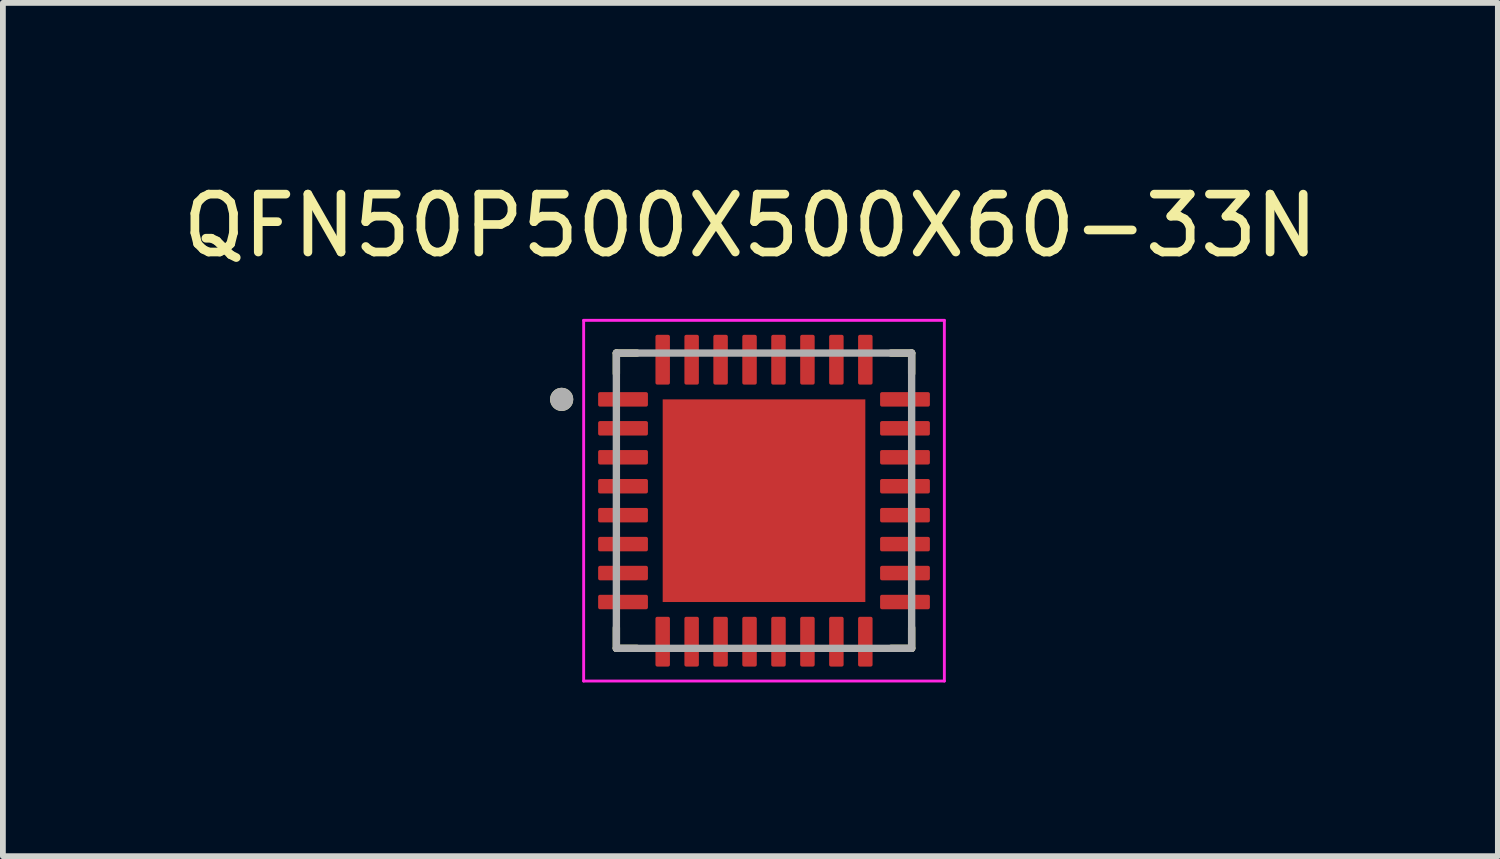
<source format=kicad_pcb>
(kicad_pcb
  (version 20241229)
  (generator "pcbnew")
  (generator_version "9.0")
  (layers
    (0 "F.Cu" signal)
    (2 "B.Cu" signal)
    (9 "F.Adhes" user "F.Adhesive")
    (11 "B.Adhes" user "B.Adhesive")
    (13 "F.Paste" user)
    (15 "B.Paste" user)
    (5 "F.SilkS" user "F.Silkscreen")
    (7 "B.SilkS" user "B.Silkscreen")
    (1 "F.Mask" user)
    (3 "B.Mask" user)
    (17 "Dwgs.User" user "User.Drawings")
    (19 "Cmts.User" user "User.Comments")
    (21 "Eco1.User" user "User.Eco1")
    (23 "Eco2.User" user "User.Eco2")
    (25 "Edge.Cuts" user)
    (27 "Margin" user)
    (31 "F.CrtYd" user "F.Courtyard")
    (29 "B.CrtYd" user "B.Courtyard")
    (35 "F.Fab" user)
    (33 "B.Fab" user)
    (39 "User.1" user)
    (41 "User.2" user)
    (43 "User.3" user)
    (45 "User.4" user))
  (footprint "QFN50P500X500X60-33N"
    (layer "F.Cu")
    (at 10.146 5.598)
    (property "Reference" "QFN50P500X500X60-33N" (at -0.235 -4.75 0) (layer "F.SilkS") (effects (font (size 1 1) (thickness 0.15))))
    (attr smd)
    (fp_line (start -2.55 -2.55) (end -2.55 -2.195) (stroke (width 0.127) (type solid)) (layer "F.SilkS"))
    (fp_line (start -2.55 -2.55) (end -2.195 -2.55) (stroke (width 0.127) (type solid)) (layer "F.SilkS"))
    (fp_line (start -2.55 2.55) (end -2.55 2.195) (stroke (width 0.127) (type solid)) (layer "F.SilkS"))
    (fp_line (start -2.55 2.55) (end -2.195 2.55) (stroke (width 0.127) (type solid)) (layer "F.SilkS"))
    (fp_line (start 2.55 -2.55) (end 2.195 -2.55) (stroke (width 0.127) (type solid)) (layer "F.SilkS"))
    (fp_line (start 2.55 -2.55) (end 2.55 -2.195) (stroke (width 0.127) (type solid)) (layer "F.SilkS"))
    (fp_line (start 2.55 2.55) (end 2.195 2.55) (stroke (width 0.127) (type solid)) (layer "F.SilkS"))
    (fp_line (start 2.55 2.55) (end 2.55 2.195) (stroke (width 0.127) (type solid)) (layer "F.SilkS"))
    (fp_circle (center -3.495 -1.75) (end -3.395 -1.75) (stroke (width 0.2) (type solid)) (fill no) (layer "F.SilkS"))
    (fp_poly (pts (xy -1.11 -1.11) (xy 1.11 -1.11) (xy 1.11 1.11) (xy -1.11 1.11)) (stroke (width 0.01) (type solid)) (fill yes) (layer "F.Paste"))
    (fp_line (start -3.115 -3.115) (end 3.115 -3.115) (stroke (width 0.05) (type solid)) (layer "F.CrtYd"))
    (fp_line (start -3.115 3.115) (end -3.115 -3.115) (stroke (width 0.05) (type solid)) (layer "F.CrtYd"))
    (fp_line (start -3.115 3.115) (end 3.115 3.115) (stroke (width 0.05) (type solid)) (layer "F.CrtYd"))
    (fp_line (start 3.115 3.115) (end 3.115 -3.115) (stroke (width 0.05) (type solid)) (layer "F.CrtYd"))
    (fp_line (start -2.55 2.55) (end -2.55 -2.55) (stroke (width 0.127) (type solid)) (layer "F.Fab"))
    (fp_line (start 2.55 -2.55) (end -2.55 -2.55) (stroke (width 0.127) (type solid)) (layer "F.Fab"))
    (fp_line (start 2.55 2.55) (end -2.55 2.55) (stroke (width 0.127) (type solid)) (layer "F.Fab"))
    (fp_line (start 2.55 2.55) (end 2.55 -2.55) (stroke (width 0.127) (type solid)) (layer "F.Fab"))
    (fp_circle (center -3.495 -1.75) (end -3.395 -1.75) (stroke (width 0.2) (type solid)) (fill no) (layer "F.Fab"))
    (pad "1" smd roundrect (at -2.435 -1.75) (size 0.86 0.25) (layers "F.Cu" "F.Mask" "F.Paste") (roundrect_rratio 0.125))
    (pad "2" smd roundrect (at -2.435 -1.25) (size 0.86 0.25) (layers "F.Cu" "F.Mask" "F.Paste") (roundrect_rratio 0.125))
    (pad "3" smd roundrect (at -2.435 -0.75) (size 0.86 0.25) (layers "F.Cu" "F.Mask" "F.Paste") (roundrect_rratio 0.125))
    (pad "4" smd roundrect (at -2.435 -0.25) (size 0.86 0.25) (layers "F.Cu" "F.Mask" "F.Paste") (roundrect_rratio 0.125))
    (pad "5" smd roundrect (at -2.435 0.25) (size 0.86 0.25) (layers "F.Cu" "F.Mask" "F.Paste") (roundrect_rratio 0.125))
    (pad "6" smd roundrect (at -2.435 0.75) (size 0.86 0.25) (layers "F.Cu" "F.Mask" "F.Paste") (roundrect_rratio 0.125))
    (pad "7" smd roundrect (at -2.435 1.25) (size 0.86 0.25) (layers "F.Cu" "F.Mask" "F.Paste") (roundrect_rratio 0.125))
    (pad "8" smd roundrect (at -2.435 1.75) (size 0.86 0.25) (layers "F.Cu" "F.Mask" "F.Paste") (roundrect_rratio 0.125))
    (pad "9" smd roundrect (at -1.75 2.435) (size 0.25 0.86) (layers "F.Cu" "F.Mask" "F.Paste") (roundrect_rratio 0.125))
    (pad "10" smd roundrect (at -1.25 2.435) (size 0.25 0.86) (layers "F.Cu" "F.Mask" "F.Paste") (roundrect_rratio 0.125))
    (pad "11" smd roundrect (at -0.75 2.435) (size 0.25 0.86) (layers "F.Cu" "F.Mask" "F.Paste") (roundrect_rratio 0.125))
    (pad "12" smd roundrect (at -0.25 2.435) (size 0.25 0.86) (layers "F.Cu" "F.Mask" "F.Paste") (roundrect_rratio 0.125))
    (pad "13" smd roundrect (at 0.25 2.435) (size 0.25 0.86) (layers "F.Cu" "F.Mask" "F.Paste") (roundrect_rratio 0.125))
    (pad "14" smd roundrect (at 0.75 2.435) (size 0.25 0.86) (layers "F.Cu" "F.Mask" "F.Paste") (roundrect_rratio 0.125))
    (pad "15" smd roundrect (at 1.25 2.435) (size 0.25 0.86) (layers "F.Cu" "F.Mask" "F.Paste") (roundrect_rratio 0.125))
    (pad "16" smd roundrect (at 1.75 2.435) (size 0.25 0.86) (layers "F.Cu" "F.Mask" "F.Paste") (roundrect_rratio 0.125))
    (pad "17" smd roundrect (at 2.435 1.75) (size 0.86 0.25) (layers "F.Cu" "F.Mask" "F.Paste") (roundrect_rratio 0.125))
    (pad "18" smd roundrect (at 2.435 1.25) (size 0.86 0.25) (layers "F.Cu" "F.Mask" "F.Paste") (roundrect_rratio 0.125))
    (pad "19" smd roundrect (at 2.435 0.75) (size 0.86 0.25) (layers "F.Cu" "F.Mask" "F.Paste") (roundrect_rratio 0.125))
    (pad "20" smd roundrect (at 2.435 0.25) (size 0.86 0.25) (layers "F.Cu" "F.Mask" "F.Paste") (roundrect_rratio 0.125))
    (pad "21" smd roundrect (at 2.435 -0.25) (size 0.86 0.25) (layers "F.Cu" "F.Mask" "F.Paste") (roundrect_rratio 0.125))
    (pad "22" smd roundrect (at 2.435 -0.75) (size 0.86 0.25) (layers "F.Cu" "F.Mask" "F.Paste") (roundrect_rratio 0.125))
    (pad "23" smd roundrect (at 2.435 -1.25) (size 0.86 0.25) (layers "F.Cu" "F.Mask" "F.Paste") (roundrect_rratio 0.125))
    (pad "24" smd roundrect (at 2.435 -1.75) (size 0.86 0.25) (layers "F.Cu" "F.Mask" "F.Paste") (roundrect_rratio 0.125))
    (pad "25" smd roundrect (at 1.75 -2.435) (size 0.25 0.86) (layers "F.Cu" "F.Mask" "F.Paste") (roundrect_rratio 0.125))
    (pad "26" smd roundrect (at 1.25 -2.435) (size 0.25 0.86) (layers "F.Cu" "F.Mask" "F.Paste") (roundrect_rratio 0.125))
    (pad "27" smd roundrect (at 0.75 -2.435) (size 0.25 0.86) (layers "F.Cu" "F.Mask" "F.Paste") (roundrect_rratio 0.125))
    (pad "28" smd roundrect (at 0.25 -2.435) (size 0.25 0.86) (layers "F.Cu" "F.Mask" "F.Paste") (roundrect_rratio 0.125))
    (pad "29" smd roundrect (at -0.25 -2.435) (size 0.25 0.86) (layers "F.Cu" "F.Mask" "F.Paste") (roundrect_rratio 0.125))
    (pad "30" smd roundrect (at -0.75 -2.435) (size 0.25 0.86) (layers "F.Cu" "F.Mask" "F.Paste") (roundrect_rratio 0.125))
    (pad "31" smd roundrect (at -1.25 -2.435) (size 0.25 0.86) (layers "F.Cu" "F.Mask" "F.Paste") (roundrect_rratio 0.125))
    (pad "32" smd roundrect (at -1.75 -2.435) (size 0.25 0.86) (layers "F.Cu" "F.Mask" "F.Paste") (roundrect_rratio 0.125))
    (pad "33" smd rect (at 0 0) (size 3.5 3.5) (layers "F.Cu" "F.Mask")))
  (gr_rect
    (start -3 -3)
    (end 22.821 11.738)
    (stroke (width 0.1) (type default))
    (fill no)
    (layer "Edge.Cuts")))
</source>
